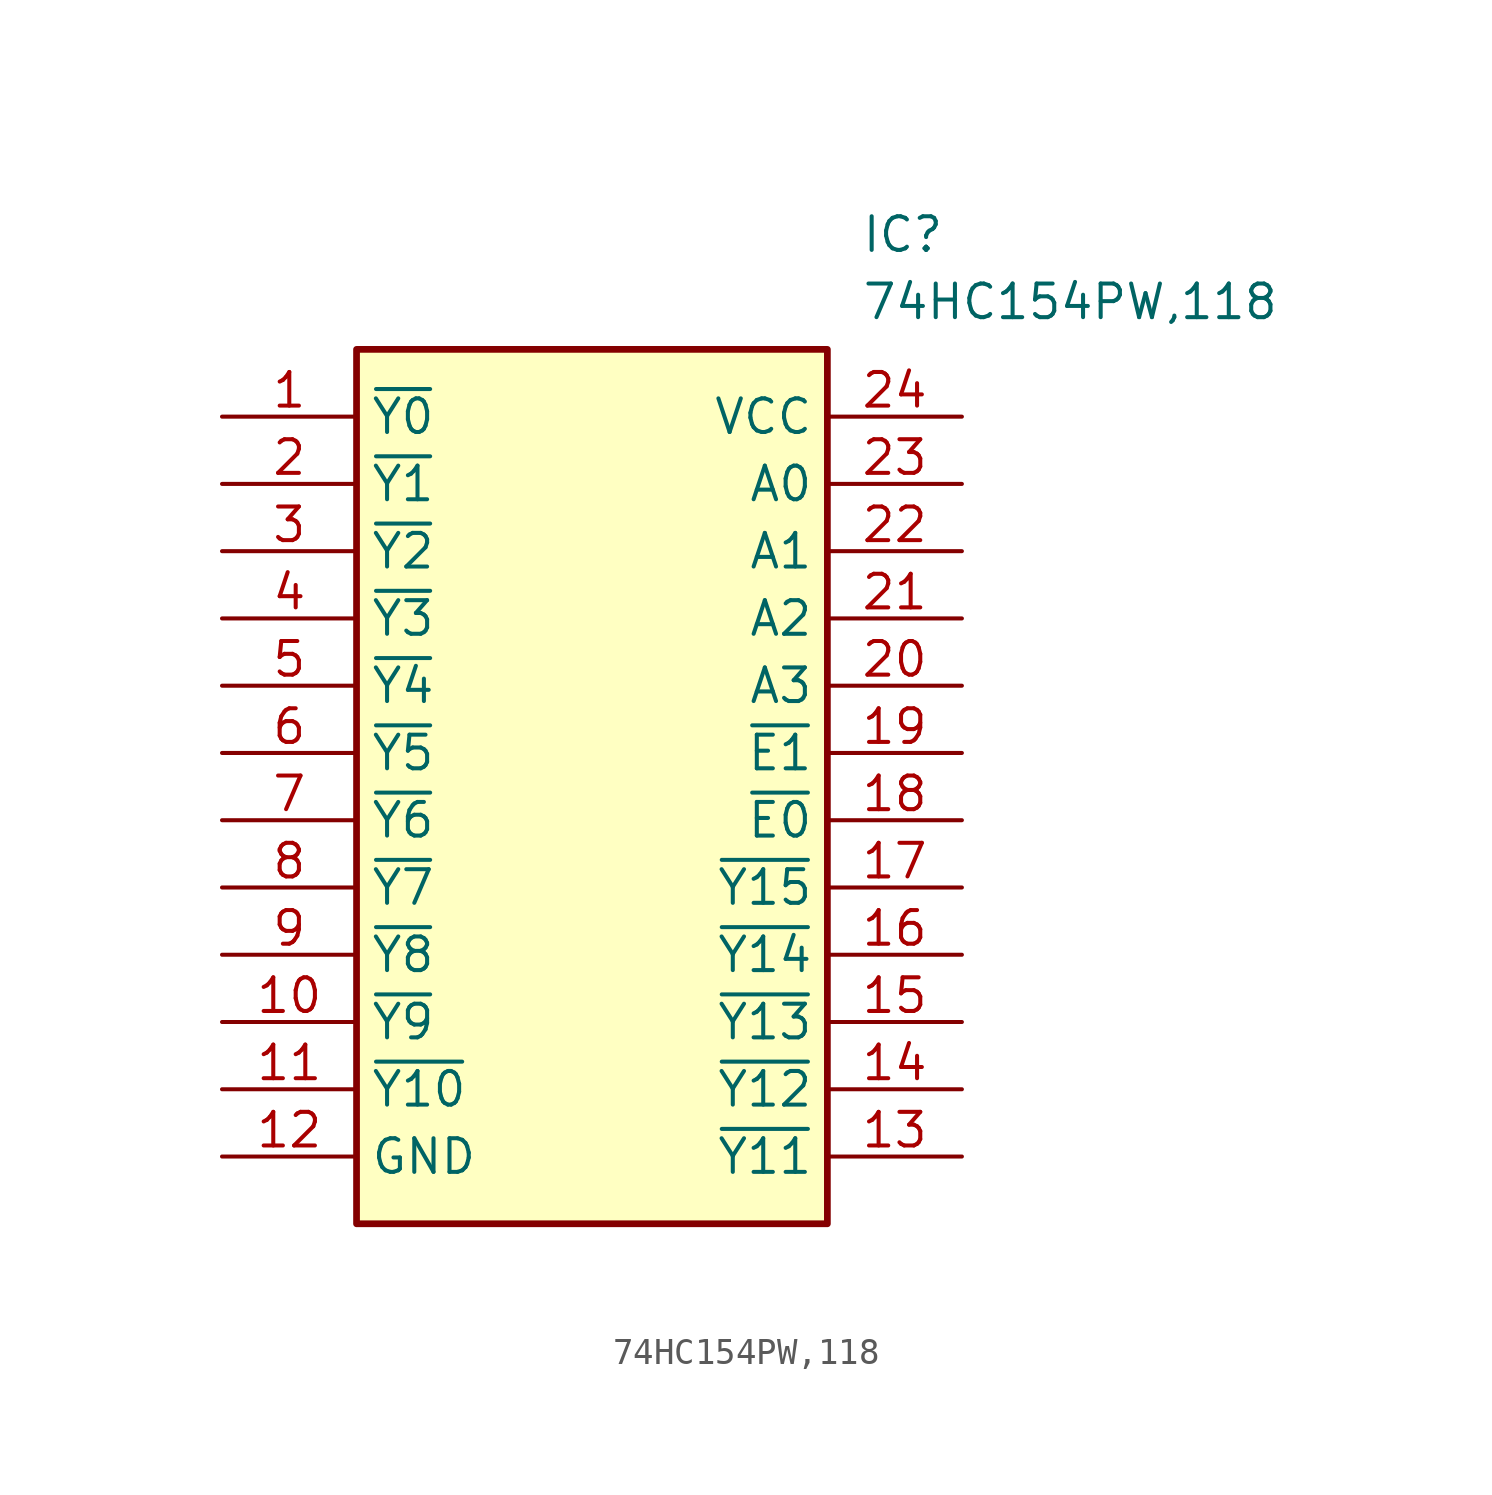
<source format=kicad_sym>
(kicad_symbol_lib
  (version 20211014)
  (generator SamacSys_ECAD_Model)
  (symbol "74HC154PW,118"
    (property "Reference" "IC"
      (at 24.13 7.62 0)
      (effects (font (size 1.27 1.27)) (justify left top)))
    (property "Value" "74HC154PW,118"
      (at 24.13 5.08 0)
      (effects (font (size 1.27 1.27)) (justify left top)))
    (rectangle
      (start 5.08 2.54)
      (end 22.86 -30.48)
      (stroke (width 0.254) (type default))
      (fill (type background)))
    (pin passive line
      (at 0 0 0)
      (length 5.08)
      (name "~{Y0}" (effects (font (size 1.27 1.27))))
      (number "1" (effects (font (size 1.27 1.27)))))
    (pin passive line
      (at 0 -2.54 0)
      (length 5.08)
      (name "~{Y1}" (effects (font (size 1.27 1.27))))
      (number "2" (effects (font (size 1.27 1.27)))))
    (pin passive line
      (at 0 -5.08 0)
      (length 5.08)
      (name "~{Y2}" (effects (font (size 1.27 1.27))))
      (number "3" (effects (font (size 1.27 1.27)))))
    (pin passive line
      (at 0 -7.62 0)
      (length 5.08)
      (name "~{Y3}" (effects (font (size 1.27 1.27))))
      (number "4" (effects (font (size 1.27 1.27)))))
    (pin passive line
      (at 0 -10.16 0)
      (length 5.08)
      (name "~{Y4}" (effects (font (size 1.27 1.27))))
      (number "5" (effects (font (size 1.27 1.27)))))
    (pin passive line
      (at 0 -12.7 0)
      (length 5.08)
      (name "~{Y5}" (effects (font (size 1.27 1.27))))
      (number "6" (effects (font (size 1.27 1.27)))))
    (pin passive line
      (at 0 -15.24 0)
      (length 5.08)
      (name "~{Y6}" (effects (font (size 1.27 1.27))))
      (number "7" (effects (font (size 1.27 1.27)))))
    (pin passive line
      (at 0 -17.78 0)
      (length 5.08)
      (name "~{Y7}" (effects (font (size 1.27 1.27))))
      (number "8" (effects (font (size 1.27 1.27)))))
    (pin passive line
      (at 0 -20.32 0)
      (length 5.08)
      (name "~{Y8}" (effects (font (size 1.27 1.27))))
      (number "9" (effects (font (size 1.27 1.27)))))
    (pin passive line
      (at 0 -22.86 0)
      (length 5.08)
      (name "~{Y9}" (effects (font (size 1.27 1.27))))
      (number "10" (effects (font (size 1.27 1.27)))))
    (pin passive line
      (at 0 -25.4 0)
      (length 5.08)
      (name "~{Y10}" (effects (font (size 1.27 1.27))))
      (number "11" (effects (font (size 1.27 1.27)))))
    (pin passive line
      (at 0 -27.94 0)
      (length 5.08)
      (name "GND" (effects (font (size 1.27 1.27))))
      (number "12" (effects (font (size 1.27 1.27)))))
    (pin passive line
      (at 27.94 0 180)
      (length 5.08)
      (name "VCC" (effects (font (size 1.27 1.27))))
      (number "24" (effects (font (size 1.27 1.27)))))
    (pin passive line
      (at 27.94 -2.54 180)
      (length 5.08)
      (name "A0" (effects (font (size 1.27 1.27))))
      (number "23" (effects (font (size 1.27 1.27)))))
    (pin passive line
      (at 27.94 -5.08 180)
      (length 5.08)
      (name "A1" (effects (font (size 1.27 1.27))))
      (number "22" (effects (font (size 1.27 1.27)))))
    (pin passive line
      (at 27.94 -7.62 180)
      (length 5.08)
      (name "A2" (effects (font (size 1.27 1.27))))
      (number "21" (effects (font (size 1.27 1.27)))))
    (pin passive line
      (at 27.94 -10.16 180)
      (length 5.08)
      (name "A3" (effects (font (size 1.27 1.27))))
      (number "20" (effects (font (size 1.27 1.27)))))
    (pin passive line
      (at 27.94 -12.7 180)
      (length 5.08)
      (name "~{E1}" (effects (font (size 1.27 1.27))))
      (number "19" (effects (font (size 1.27 1.27)))))
    (pin passive line
      (at 27.94 -15.24 180)
      (length 5.08)
      (name "~{E0}" (effects (font (size 1.27 1.27))))
      (number "18" (effects (font (size 1.27 1.27)))))
    (pin passive line
      (at 27.94 -17.78 180)
      (length 5.08)
      (name "~{Y15}" (effects (font (size 1.27 1.27))))
      (number "17" (effects (font (size 1.27 1.27)))))
    (pin passive line
      (at 27.94 -20.32 180)
      (length 5.08)
      (name "~{Y14}" (effects (font (size 1.27 1.27))))
      (number "16" (effects (font (size 1.27 1.27)))))
    (pin passive line
      (at 27.94 -22.86 180)
      (length 5.08)
      (name "~{Y13}" (effects (font (size 1.27 1.27))))
      (number "15" (effects (font (size 1.27 1.27)))))
    (pin passive line
      (at 27.94 -25.4 180)
      (length 5.08)
      (name "~{Y12}" (effects (font (size 1.27 1.27))))
      (number "14" (effects (font (size 1.27 1.27)))))
    (pin passive line
      (at 27.94 -27.94 180)
      (length 5.08)
      (name "~{Y11}" (effects (font (size 1.27 1.27))))
      (number "13" (effects (font (size 1.27 1.27)))))))
</source>
